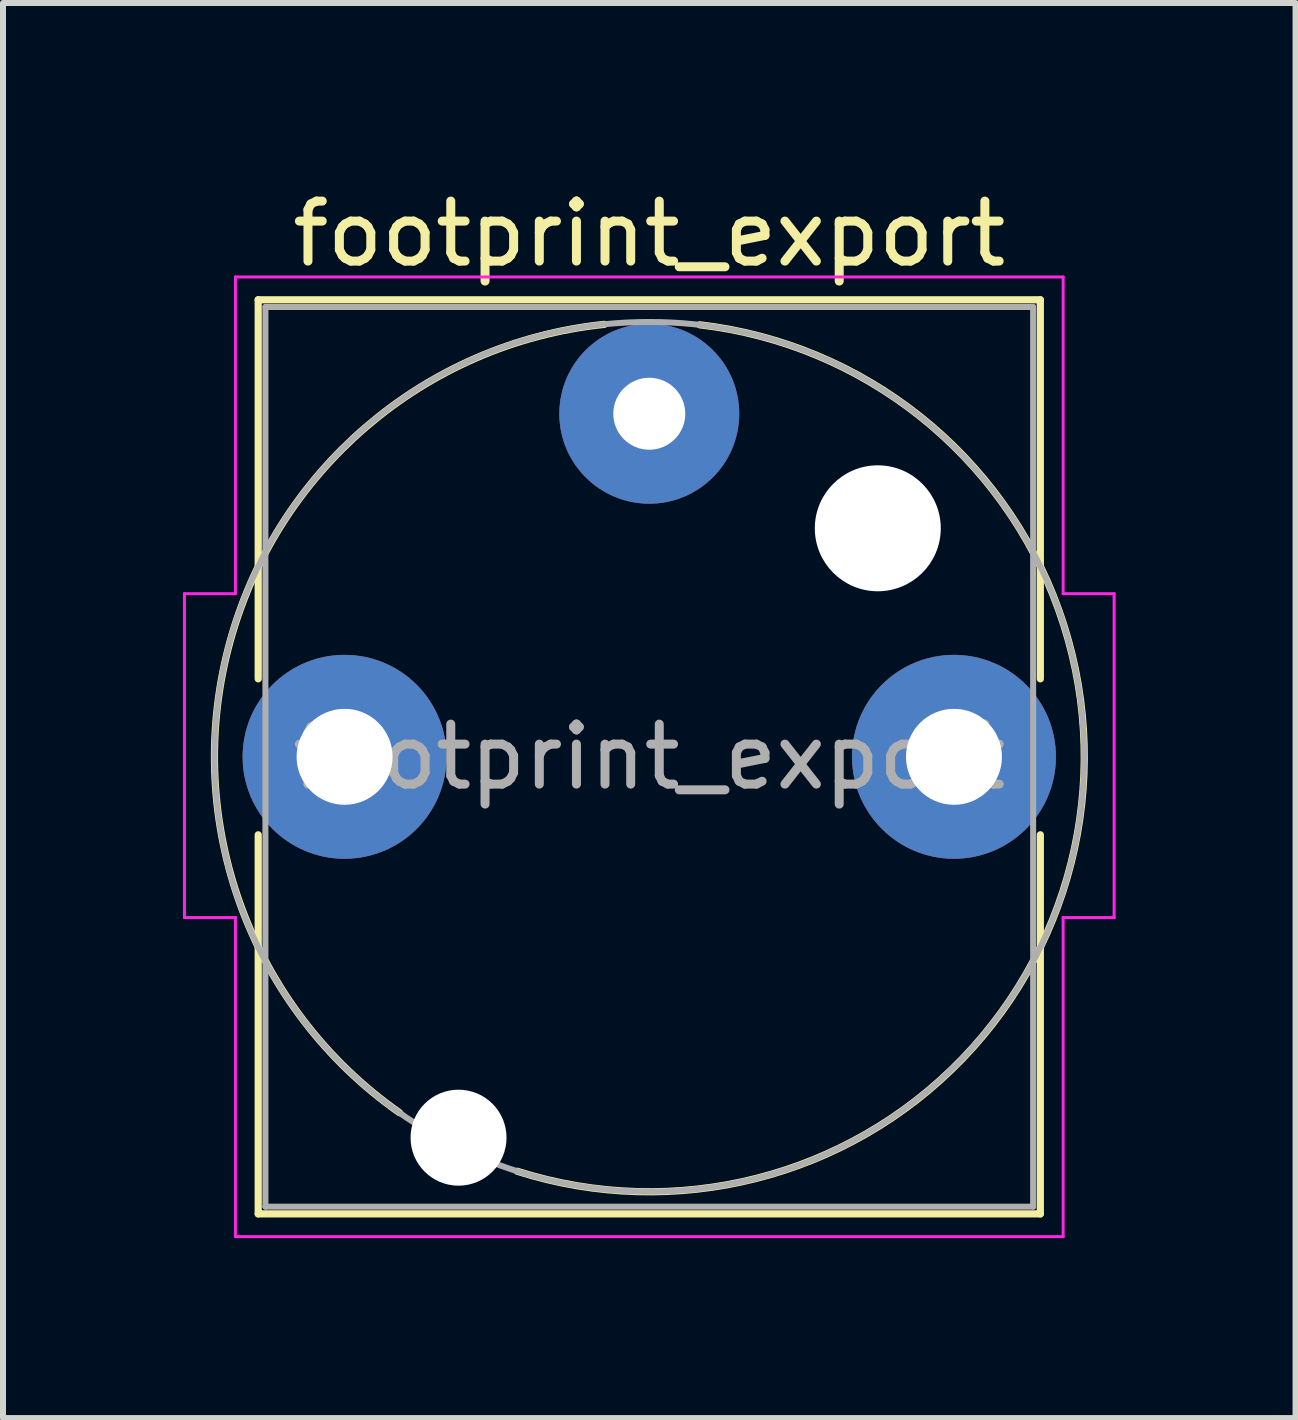
<source format=kicad_pcb>
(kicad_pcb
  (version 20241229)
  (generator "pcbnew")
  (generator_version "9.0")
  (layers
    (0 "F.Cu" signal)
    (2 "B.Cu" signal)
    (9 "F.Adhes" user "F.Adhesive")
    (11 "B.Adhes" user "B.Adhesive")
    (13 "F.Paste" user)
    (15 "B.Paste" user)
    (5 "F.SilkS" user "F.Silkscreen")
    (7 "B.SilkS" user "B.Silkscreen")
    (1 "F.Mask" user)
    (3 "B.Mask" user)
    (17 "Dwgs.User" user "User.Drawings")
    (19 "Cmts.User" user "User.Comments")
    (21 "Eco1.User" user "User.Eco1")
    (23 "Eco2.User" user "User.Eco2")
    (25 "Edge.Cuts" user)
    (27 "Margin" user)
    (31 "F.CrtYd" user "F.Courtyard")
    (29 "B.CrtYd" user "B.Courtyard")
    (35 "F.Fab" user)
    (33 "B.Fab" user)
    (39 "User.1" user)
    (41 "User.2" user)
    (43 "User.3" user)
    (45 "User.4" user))
  (footprint "footprint_export"
    (layer "F.Cu")
    (at 7.775 3.848)
    (property "Reference" "footprint_export" (at 0 -3 0) (layer "F.SilkS") (effects (font (size 1 1) (thickness 0.15))))
    (attr through_hole)
    (fp_line (start -6.52 -1.9) (end -6.52 4.42) (stroke (width 0.12) (type solid)) (layer "F.SilkS"))
    (fp_line (start -6.52 -1.9) (end 6.52 -1.9) (stroke (width 0.12) (type solid)) (layer "F.SilkS"))
    (fp_line (start -6.52 7.02) (end -6.52 13.34) (stroke (width 0.12) (type solid)) (layer "F.SilkS"))
    (fp_line (start -6.52 13.34) (end 6.52 13.34) (stroke (width 0.12) (type solid)) (layer "F.SilkS"))
    (fp_line (start 6.52 -1.9) (end 6.52 4.42) (stroke (width 0.12) (type solid)) (layer "F.SilkS"))
    (fp_line (start 6.52 7.02) (end 6.52 13.34) (stroke (width 0.12) (type solid)) (layer "F.SilkS"))
    (fp_arc (start -4.164153 11.6535) (mid -7.016062 3.897509) (end -0.75 -1.49) (stroke (width 0.12) (type solid)) (layer "F.SilkS"))
    (fp_arc (start 0.84109 -1.482824) (mid 7.089049 7.247578) (end -2.2 12.63) (stroke (width 0.12) (type solid)) (layer "F.SilkS"))
    (fp_line (start -7.75 3) (end -7.75 8.4) (stroke (width 0.05) (type solid)) (layer "F.CrtYd"))
    (fp_line (start -6.9 -2.28) (end -6.9 3) (stroke (width 0.05) (type solid)) (layer "F.CrtYd"))
    (fp_line (start -6.9 -2.28) (end 6.9 -2.28) (stroke (width 0.05) (type solid)) (layer "F.CrtYd"))
    (fp_line (start -6.9 3) (end -7.75 3) (stroke (width 0.05) (type solid)) (layer "F.CrtYd"))
    (fp_line (start -6.9 8.4) (end -7.75 8.4) (stroke (width 0.05) (type solid)) (layer "F.CrtYd"))
    (fp_line (start -6.9 8.4) (end -6.9 13.72) (stroke (width 0.05) (type solid)) (layer "F.CrtYd"))
    (fp_line (start -6.9 13.72) (end 6.9 13.72) (stroke (width 0.05) (type solid)) (layer "F.CrtYd"))
    (fp_line (start 6.9 -2.28) (end 6.9 3) (stroke (width 0.05) (type solid)) (layer "F.CrtYd"))
    (fp_line (start 6.9 3) (end 7.75 3) (stroke (width 0.05) (type solid)) (layer "F.CrtYd"))
    (fp_line (start 6.9 8.4) (end 6.9 13.72) (stroke (width 0.05) (type solid)) (layer "F.CrtYd"))
    (fp_line (start 6.9 8.4) (end 7.75 8.4) (stroke (width 0.05) (type solid)) (layer "F.CrtYd"))
    (fp_line (start 7.75 3) (end 7.75 8.4) (stroke (width 0.05) (type solid)) (layer "F.CrtYd"))
    (fp_line (start -6.4 -1.78) (end -6.4 13.22) (stroke (width 0.1) (type solid)) (layer "F.Fab"))
    (fp_line (start -6.4 -1.78) (end 6.4 -1.78) (stroke (width 0.1) (type solid)) (layer "F.Fab"))
    (fp_line (start -6.4 13.22) (end 6.4 13.22) (stroke (width 0.1) (type solid)) (layer "F.Fab"))
    (fp_line (start 6.4 -1.78) (end 6.4 13.22) (stroke (width 0.1) (type solid)) (layer "F.Fab"))
    (fp_circle (center 0 5.72) (end -7.25 5.72) (stroke (width 0.1) (type solid)) (fill no) (layer "F.Fab"))
    (fp_text user "${REFERENCE}" (at 0 5.72 0) (layer "F.Fab") (effects (font (size 1 1) (thickness 0.15))))
    (pad "" np_thru_hole circle (at -3.18 12.07 180) (size 1.6 1.6) (drill 1.6) (layers "*.Cu" "*.Mask"))
    (pad "" np_thru_hole circle (at 3.81 1.91 180) (size 2.1 2.1) (drill 2.1) (layers "*.Cu" "*.Mask"))
    (pad "R" thru_hole circle (at 5.08 5.72 180) (size 3.4 3.4) (drill 1.6) (layers "*.Cu" "*.Mask"))
    (pad "S" thru_hole circle (at -5.08 5.72 180) (size 3.4 3.4) (drill 1.6) (layers "*.Cu" "*.Mask"))
    (pad "T" thru_hole circle (at 0 0 180) (size 3 3) (drill 1.2) (layers "*.Cu" "*.Mask")))
  (gr_rect
    (start -3 -3)
    (end 18.55 20.593)
    (stroke (width 0.1) (type default))
    (fill no)
    (layer "Edge.Cuts")))
</source>
